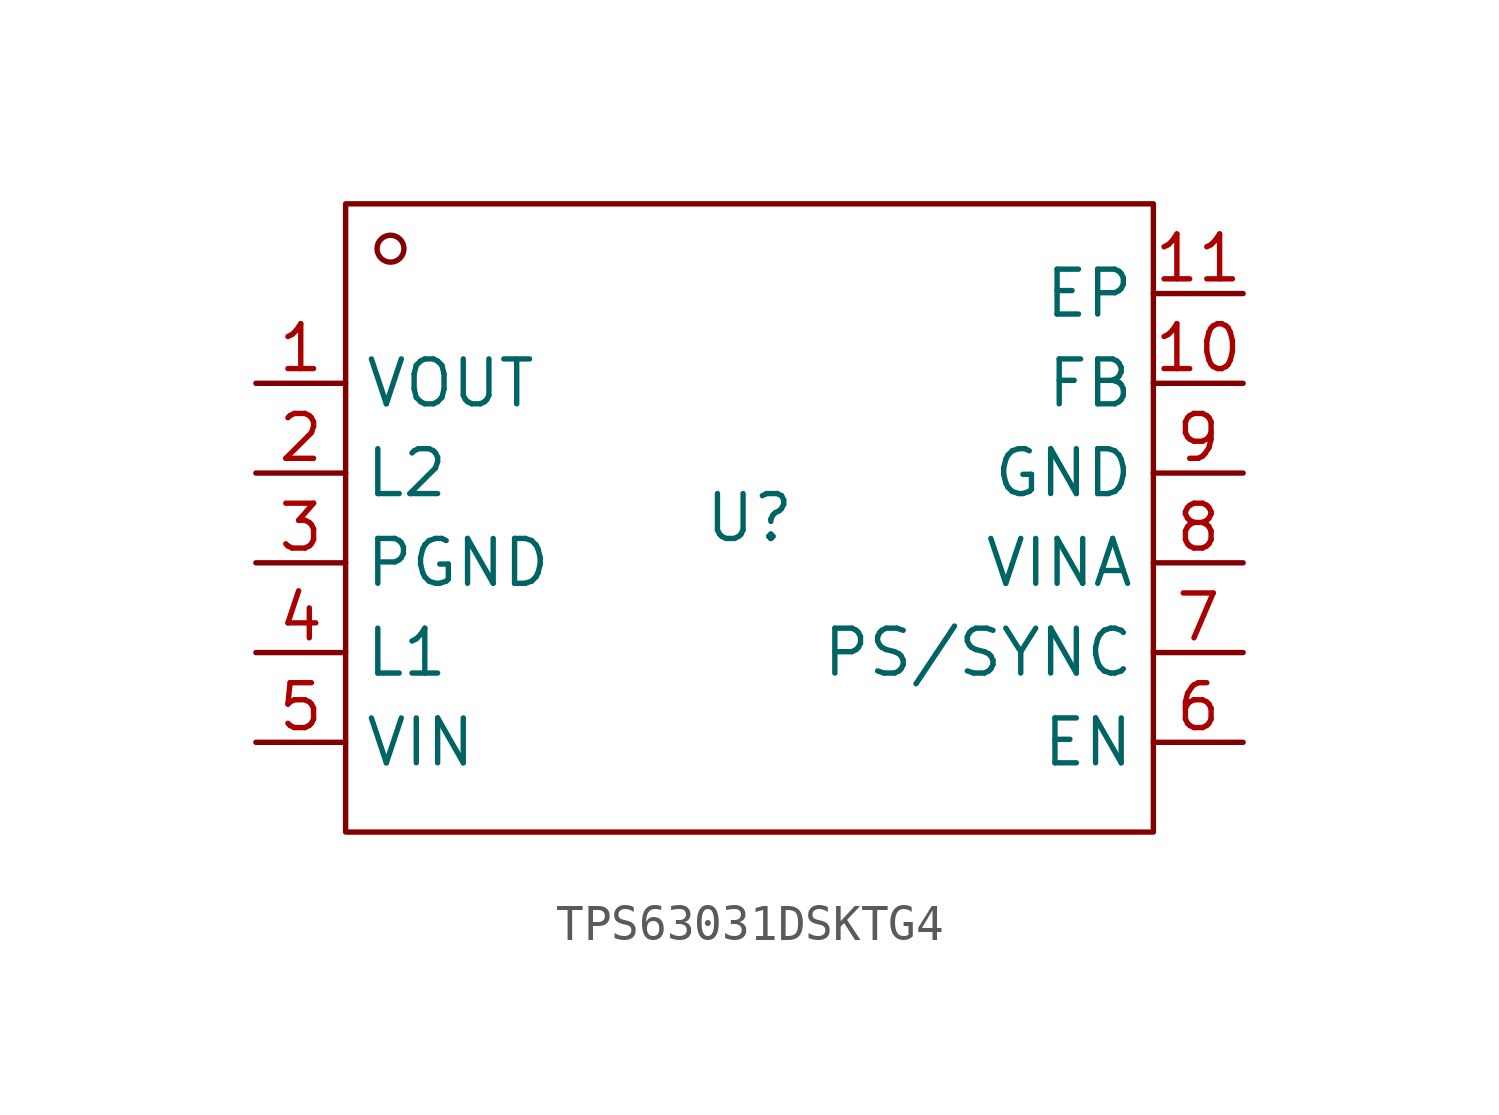
<source format=kicad_sym>
(kicad_symbol_lib
  (version 20241209)
  (generator "kicad_symbol_editor")
  (generator_version "9.0")
  (symbol "TPS63031DSKTG4"
    (property "Reference" "U"
      (at 0 0 0)
      (effects (font (size 1.27 1.27))))
    (property "Value" ""
      (at 0 0 0)
      (effects (font (size 1.27 1.27))))
    (symbol "TPS63031DSKTG4_1_0"
      (rectangle (start -11.43 -8.89) (end 11.43 8.89) (stroke (width 0) (type default)) (fill (type none)))
      (circle (center -10.16 7.62) (radius 0.381) (stroke (width 0) (type default)) (fill (type none)))
      (pin unspecified line (at -13.97 3.81 0) (length 2.54) (name "VOUT" (effects (font (size 1.27 1.27)))) (number "1" (effects (font (size 1.27 1.27)))))
      (pin unspecified line (at -13.97 1.27 0) (length 2.54) (name "L2" (effects (font (size 1.27 1.27)))) (number "2" (effects (font (size 1.27 1.27)))))
      (pin unspecified line (at -13.97 -1.27 0) (length 2.54) (name "PGND" (effects (font (size 1.27 1.27)))) (number "3" (effects (font (size 1.27 1.27)))))
      (pin unspecified line (at -13.97 -3.81 0) (length 2.54) (name "L1" (effects (font (size 1.27 1.27)))) (number "4" (effects (font (size 1.27 1.27)))))
      (pin unspecified line (at -13.97 -6.35 0) (length 2.54) (name "VIN" (effects (font (size 1.27 1.27)))) (number "5" (effects (font (size 1.27 1.27)))))
      (pin unspecified line (at 13.97 6.35 180) (length 2.54) (name "EP" (effects (font (size 1.27 1.27)))) (number "11" (effects (font (size 1.27 1.27)))))
      (pin unspecified line (at 13.97 3.81 180) (length 2.54) (name "FB" (effects (font (size 1.27 1.27)))) (number "10" (effects (font (size 1.27 1.27)))))
      (pin unspecified line (at 13.97 1.27 180) (length 2.54) (name "GND" (effects (font (size 1.27 1.27)))) (number "9" (effects (font (size 1.27 1.27)))))
      (pin unspecified line (at 13.97 -1.27 180) (length 2.54) (name "VINA" (effects (font (size 1.27 1.27)))) (number "8" (effects (font (size 1.27 1.27)))))
      (pin unspecified line (at 13.97 -3.81 180) (length 2.54) (name "PS/SYNC" (effects (font (size 1.27 1.27)))) (number "7" (effects (font (size 1.27 1.27)))))
      (pin unspecified line (at 13.97 -6.35 180) (length 2.54) (name "EN" (effects (font (size 1.27 1.27)))) (number "6" (effects (font (size 1.27 1.27))))))))
</source>
